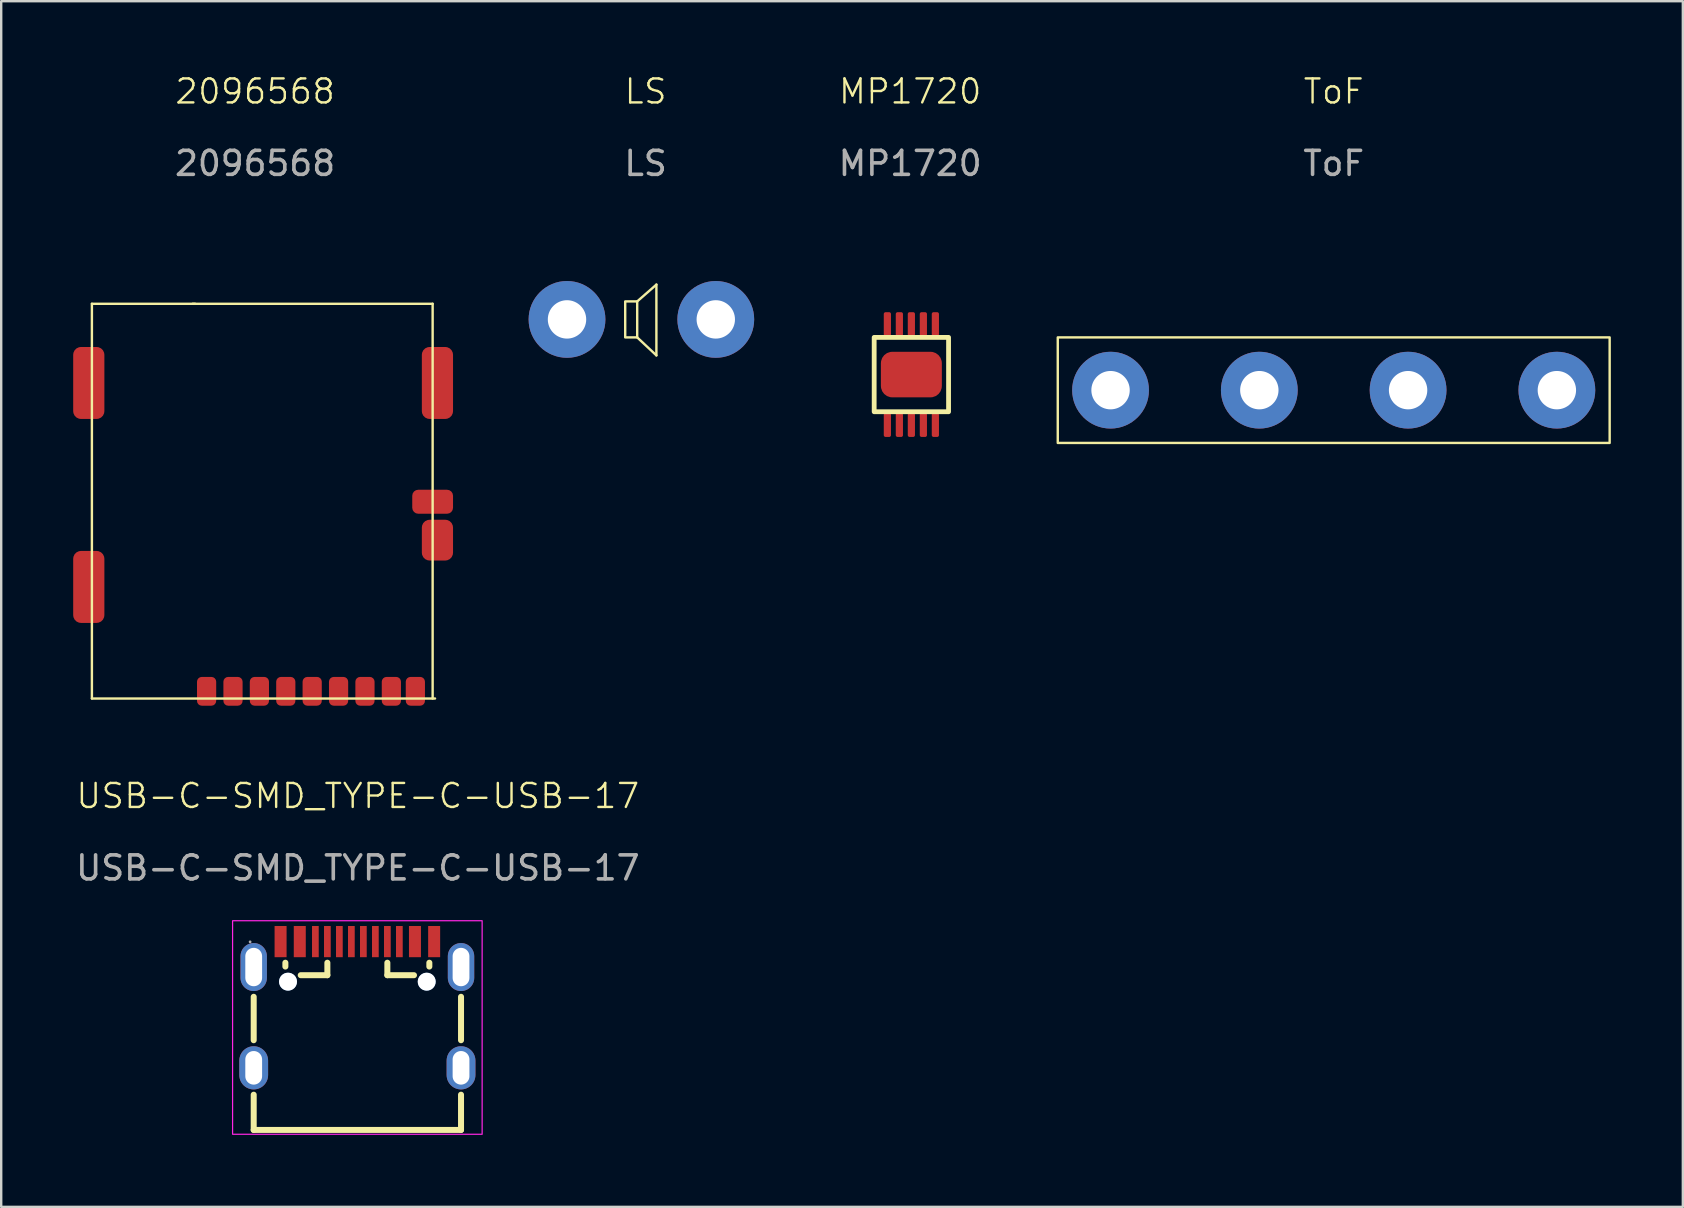
<source format=kicad_pcb>
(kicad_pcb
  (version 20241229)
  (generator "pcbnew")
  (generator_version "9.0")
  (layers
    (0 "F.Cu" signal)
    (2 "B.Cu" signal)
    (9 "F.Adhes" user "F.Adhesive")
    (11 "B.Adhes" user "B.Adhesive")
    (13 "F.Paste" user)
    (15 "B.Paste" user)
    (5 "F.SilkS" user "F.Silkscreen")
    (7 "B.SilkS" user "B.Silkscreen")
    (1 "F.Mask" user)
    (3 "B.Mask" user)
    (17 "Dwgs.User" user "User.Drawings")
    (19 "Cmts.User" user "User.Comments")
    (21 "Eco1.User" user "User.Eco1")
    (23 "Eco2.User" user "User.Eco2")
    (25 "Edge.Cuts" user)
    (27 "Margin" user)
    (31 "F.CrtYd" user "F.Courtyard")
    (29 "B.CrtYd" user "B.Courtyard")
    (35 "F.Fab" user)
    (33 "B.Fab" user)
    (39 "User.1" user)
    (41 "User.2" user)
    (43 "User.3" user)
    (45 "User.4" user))
  (footprint "USB-C-SMD_TYPE-C-USB-17"
    (layer "F.Cu")
    (at 11.863 40.471)
    (property "Reference" "USB-C-SMD_TYPE-C-USB-17" (at 0 -10.35 0) (unlocked yes) (layer "F.SilkS") (effects (font (size 1 1) (thickness 0.1))))
    (attr smd)
    (fp_line (start -4.34 -0.17) (end -4.34 -1.98) (stroke (width 0.25) (type solid)) (layer "F.SilkS"))
    (fp_line (start -4.34 3.57) (end -4.34 2.1) (stroke (width 0.25) (type solid)) (layer "F.SilkS"))
    (fp_line (start -3.02 -3.24) (end -3.02 -3.4) (stroke (width 0.25) (type solid)) (layer "F.SilkS"))
    (fp_line (start -2.38 -2.88) (end -1.27 -2.88) (stroke (width 0.25) (type solid)) (layer "F.SilkS"))
    (fp_line (start -1.27 -2.88) (end -1.27 -3.4) (stroke (width 0.25) (type solid)) (layer "F.SilkS"))
    (fp_line (start 1.23 -2.88) (end 1.23 -3.4) (stroke (width 0.25) (type solid)) (layer "F.SilkS"))
    (fp_line (start 1.23 -2.88) (end 2.34 -2.88) (stroke (width 0.25) (type solid)) (layer "F.SilkS"))
    (fp_line (start 2.98 -3.24) (end 2.98 -3.4) (stroke (width 0.25) (type solid)) (layer "F.SilkS"))
    (fp_line (start 4.3 -0.17) (end 4.3 -1.98) (stroke (width 0.25) (type solid)) (layer "F.SilkS"))
    (fp_line (start 4.3 3.57) (end -4.34 3.57) (stroke (width 0.25) (type solid)) (layer "F.SilkS"))
    (fp_line (start 4.3 3.57) (end 4.3 2.1) (stroke (width 0.25) (type solid)) (layer "F.SilkS"))
    (fp_circle (center -2.91 -2.61) (end -2.79 -2.61) (stroke (width 0.25) (type solid)) (fill no) (layer "Cmts.User"))
    (fp_circle (center 2.87 -2.61) (end 2.99 -2.61) (stroke (width 0.25) (type solid)) (fill no) (layer "Cmts.User"))
    (fp_rect (start -5.22 -5.15) (end 5.18 3.75) (stroke (width 0.05) (type default)) (fill no) (layer "F.CrtYd"))
    (fp_circle (center -4.49 -4.27) (end -4.46 -4.27) (stroke (width 0.06) (type solid)) (fill no) (layer "F.Fab"))
    (fp_text user "${REFERENCE}" (at 0 -7.35 0) (unlocked yes) (layer "F.Fab") (effects (font (size 1 1) (thickness 0.15))))
    (pad "" np_thru_hole circle (at -2.91 -2.61) (size 0.75 0.75) (drill 0.75) (layers "*.Cu" "*.Mask"))
    (pad "" np_thru_hole circle (at 2.87 -2.61) (size 0.75 0.75) (drill 0.75) (layers "*.Cu" "*.Mask"))
    (pad "0" thru_hole oval (at -4.34 -3.22) (size 1.1 2) (drill oval 0.7 1.6) (layers "*.Cu" "*.Mask"))
    (pad "0" thru_hole oval (at -4.34 0.98) (size 1.2 1.8) (drill oval 0.7 1.4) (layers "*.Cu" "*.Mask"))
    (pad "0" thru_hole oval (at 4.3 -3.22) (size 1.1 2) (drill oval 0.7 1.6) (layers "*.Cu" "*.Mask"))
    (pad "0" thru_hole oval (at 4.3 0.98) (size 1.2 1.8) (drill oval 0.7 1.4) (layers "*.Cu" "*.Mask"))
    (pad "A1" smd rect (at -3.22 -4.28) (size 0.5 1.3) (layers "F.Cu" "F.Mask" "F.Paste"))
    (pad "A4" smd rect (at -2.42 -4.28) (size 0.5 1.3) (layers "F.Cu" "F.Mask" "F.Paste"))
    (pad "A5" smd rect (at -1.27 -4.28) (size 0.28 1.3) (layers "F.Cu" "F.Mask" "F.Paste"))
    (pad "A6" smd rect (at -0.27 -4.28) (size 0.28 1.3) (layers "F.Cu" "F.Mask" "F.Paste"))
    (pad "A7" smd rect (at 0.23 -4.28) (size 0.28 1.3) (layers "F.Cu" "F.Mask" "F.Paste"))
    (pad "A8" smd rect (at 1.23 -4.28) (size 0.28 1.3) (layers "F.Cu" "F.Mask" "F.Paste"))
    (pad "A9" smd rect (at 2.38 -4.28) (size 0.5 1.3) (layers "F.Cu" "F.Mask" "F.Paste"))
    (pad "A12" smd rect (at 3.18 -4.28) (size 0.5 1.3) (layers "F.Cu" "F.Mask" "F.Paste"))
    (pad "B5" smd rect (at 1.73 -4.28) (size 0.28 1.3) (layers "F.Cu" "F.Mask" "F.Paste"))
    (pad "B6" smd rect (at 0.73 -4.28) (size 0.28 1.3) (layers "F.Cu" "F.Mask" "F.Paste"))
    (pad "B7" smd rect (at -0.77 -4.28) (size 0.28 1.3) (layers "F.Cu" "F.Mask" "F.Paste"))
    (pad "B8" smd rect (at -1.77 -4.28) (size 0.28 1.3) (layers "F.Cu" "F.Mask" "F.Paste")))
  (footprint "2096568"
    (layer "F.Cu")
    (at 9.43 20.36)
    (property "Reference" "2096568" (at -1.85 -19.6 0) (unlocked yes) (layer "F.SilkS") (effects (font (size 1 1) (thickness 0.1))))
    (attr smd)
    (fp_line (start -8.65 -10.75) (end -4.35 -10.75) (stroke (width 0.1) (type default)) (layer "F.SilkS"))
    (fp_line (start -8.65 5.7) (end -8.65 -10.75) (stroke (width 0.1) (type default)) (layer "F.SilkS"))
    (fp_line (start -4.45 -10.75) (end 5.55 -10.75) (stroke (width 0.1) (type default)) (layer "F.SilkS"))
    (fp_line (start 5.55 -10.75) (end 5.55 5.7) (stroke (width 0.1) (type default)) (layer "F.SilkS"))
    (fp_line (start 5.65 5.7) (end -8.65 5.7) (stroke (width 0.1) (type default)) (layer "F.SilkS"))
    (fp_text user "${REFERENCE}" (at -1.85 -16.6 0) (unlocked yes) (layer "F.Fab") (effects (font (size 1 1) (thickness 0.15))))
    (pad "CD/Dat3" smd roundrect (at -2.77 5.4) (size 0.8 1.2) (layers "F.Cu" "F.Mask" "F.Paste") (roundrect_rratio 0.25))
    (pad "CLK" smd roundrect (at 0.53 5.4) (size 0.8 1.2) (layers "F.Cu" "F.Mask" "F.Paste") (roundrect_rratio 0.25))
    (pad "CMD" smd roundrect (at -1.67 5.4) (size 0.8 1.2) (layers "F.Cu" "F.Mask" "F.Paste") (roundrect_rratio 0.25))
    (pad "DAT0" smd roundrect (at 2.73 5.4) (size 0.8 1.2) (layers "F.Cu" "F.Mask" "F.Paste") (roundrect_rratio 0.25))
    (pad "DAT1" smd roundrect (at 3.83 5.4) (size 0.8 1.2) (layers "F.Cu" "F.Mask" "F.Paste") (roundrect_rratio 0.25))
    (pad "DAT2" smd roundrect (at -3.87 5.4) (size 0.8 1.2) (layers "F.Cu" "F.Mask" "F.Paste") (roundrect_rratio 0.25))
    (pad "NC" smd roundrect (at -8.78 -7.45) (size 1.3 3) (layers "F.Cu" "F.Mask" "F.Paste") (roundrect_rratio 0.25))
    (pad "NC" smd roundrect (at -8.78 1.05) (size 1.3 3) (layers "F.Cu" "F.Mask" "F.Paste") (roundrect_rratio 0.25))
    (pad "NC" smd roundrect (at 4.83 5.4) (size 0.8 1.2) (layers "F.Cu" "F.Mask" "F.Paste") (roundrect_rratio 0.25))
    (pad "NC" smd roundrect (at 5.55 -2.5) (size 1.7 1) (layers "F.Cu" "F.Mask" "F.Paste") (roundrect_rratio 0.25))
    (pad "NC" smd roundrect (at 5.75 -7.45) (size 1.3 3) (layers "F.Cu" "F.Mask" "F.Paste") (roundrect_rratio 0.25))
    (pad "NC" smd roundrect (at 5.75 -0.9) (size 1.3 1.7) (layers "F.Cu" "F.Mask" "F.Paste") (roundrect_rratio 0.25))
    (pad "VDD" smd roundrect (at -0.57 5.4) (size 0.8 1.2) (layers "F.Cu" "F.Mask" "F.Paste") (roundrect_rratio 0.25))
    (pad "VSS" smd roundrect (at 1.63 5.4) (size 0.8 1.2) (layers "F.Cu" "F.Mask" "F.Paste") (roundrect_rratio 0.25))
    (zone (net_name "") (layer "F.Cu") (hatch edge 0.5) (connect_pads) (min_thickness 0.25) (filled_areas_thickness no) (keepout (tracks not_allowed) (vias not_allowed) (pads not_allowed) (copperpour not_allowed) (footprints not_allowed)) (placement (enabled no)) (fill) (polygon (pts (xy 4.98 19.11) (xy 13.88 19.11) (xy 13.88 21.61) (xy 4.93 21.61)))))
  (footprint "LS"
    (layer "F.Cu")
    (at 23.855 10.261)
    (property "Reference" "LS" (at 0 -9.5 0) (unlocked yes) (layer "F.SilkS") (effects (font (size 1 1) (thickness 0.1))))
    (attr smd)
    (fp_line (start -0.35 -0.75) (end 0.45 -1.45) (stroke (width 0.1) (type default)) (layer "F.SilkS"))
    (fp_line (start 0.45 -1.45) (end 0.45 1.5) (stroke (width 0.1) (type default)) (layer "F.SilkS"))
    (fp_line (start 0.45 1.5) (end -0.35 0.75) (stroke (width 0.1) (type default)) (layer "F.SilkS"))
    (fp_rect (start -0.85 -0.75) (end -0.35 0.75) (stroke (width 0.1) (type default)) (fill no) (layer "F.SilkS"))
    (fp_line (start -4.975 -1.7) (end -4.975 1.7) (stroke (width 0.1) (type default)) (layer "User.5"))
    (fp_line (start -4.975 1.7) (end 4.625 1.7) (stroke (width 0.1) (type default)) (layer "User.5"))
    (fp_line (start 4.625 -1.7) (end -4.975 -1.7) (stroke (width 0.1) (type default)) (layer "User.5"))
    (fp_line (start 4.625 1.7) (end 4.625 -1.7) (stroke (width 0.1) (type default)) (layer "User.5"))
    (fp_text user "${REFERENCE}" (at 0 -6.5 0) (unlocked yes) (layer "F.Fab") (effects (font (size 1 1) (thickness 0.15))))
    (fp_text user "LS+" (at -4.925 -2.2 0) (unlocked yes) (layer "User.1") (effects (font (size 1 1) (thickness 0.1)) (justify left bottom)))
    (fp_text user "LS-" (at 1.825 -2.15 0) (unlocked yes) (layer "User.1") (effects (font (size 1 1) (thickness 0.1)) (justify left bottom)))
    (pad "1" thru_hole circle (at -3.275 0) (size 3.2 3.2) (drill 1.6) (layers "*.Cu" "*.Mask"))
    (pad "2" thru_hole circle (at 2.925 0) (size 3.2 3.2) (drill 1.6) (layers "*.Cu" "*.Mask")))
  (footprint "MP1720"
    (layer "F.Cu")
    (at 34.931 12.56)
    (property "Reference" "MP1720" (at -0.05 -11.8 0) (unlocked yes) (layer "F.SilkS") (effects (font (size 1 1) (thickness 0.1))))
    (attr smd)
    (fp_rect (start -1.55 -1.55) (end 1.55 1.55) (stroke (width 0.2) (type default)) (fill no) (layer "F.SilkS"))
    (fp_text user "${REFERENCE}" (at -0.05 -8.8 0) (unlocked yes) (layer "F.Fab") (effects (font (size 1 1) (thickness 0.15))))
    (pad "1" smd roundrect (at 0 0) (size 2.54 1.9) (layers "F.Cu" "F.Mask" "F.Paste") (roundrect_rratio 0.25))
    (pad "2" smd roundrect (at -1 -2.1) (size 0.3 1) (layers "F.Cu" "F.Mask" "F.Paste") (roundrect_rratio 0.25))
    (pad "2" smd roundrect (at -1 2.1) (size 0.3 1) (layers "F.Cu" "F.Mask" "F.Paste") (roundrect_rratio 0.25))
    (pad "2" smd roundrect (at -0.5 -2.1) (size 0.3 1) (layers "F.Cu" "F.Mask" "F.Paste") (roundrect_rratio 0.25))
    (pad "2" smd roundrect (at -0.5 2.1) (size 0.3 1) (layers "F.Cu" "F.Mask" "F.Paste") (roundrect_rratio 0.25))
    (pad "2" smd roundrect (at 0 -2.1) (size 0.3 1) (layers "F.Cu" "F.Mask" "F.Paste") (roundrect_rratio 0.25))
    (pad "2" smd roundrect (at 0 2.1) (size 0.3 1) (layers "F.Cu" "F.Mask" "F.Paste") (roundrect_rratio 0.25))
    (pad "2" smd roundrect (at 0.5 -2.1) (size 0.3 1) (layers "F.Cu" "F.Mask" "F.Paste") (roundrect_rratio 0.25))
    (pad "2" smd roundrect (at 0.5 2.1) (size 0.3 1) (layers "F.Cu" "F.Mask" "F.Paste") (roundrect_rratio 0.25))
    (pad "2" smd roundrect (at 1 -2.1) (size 0.3 1) (layers "F.Cu" "F.Mask" "F.Paste") (roundrect_rratio 0.25))
    (pad "2" smd roundrect (at 1 2.1) (size 0.3 1) (layers "F.Cu" "F.Mask" "F.Paste") (roundrect_rratio 0.25)))
  (footprint "ToF"
    (layer "F.Cu")
    (at 52.532 13.21)
    (property "Reference" "ToF" (at 0 -12.45 0) (unlocked yes) (layer "F.SilkS") (effects (font (size 1 1) (thickness 0.1))))
    (attr smd)
    (fp_rect (start -11.5 -2.2) (end 11.5 2.2) (stroke (width 0.1) (type default)) (fill no) (layer "F.SilkS"))
    (fp_text user "${REFERENCE}" (at 0 -9.45 0) (unlocked yes) (layer "F.Fab") (effects (font (size 1 1) (thickness 0.15))))
    (pad "1" thru_hole circle (at -9.3 0) (size 3.2 3.2) (drill 1.6) (layers "*.Cu" "*.Mask"))
    (pad "2" thru_hole circle (at 9.3 0) (size 3.2 3.2) (drill 1.6) (layers "*.Cu" "*.Mask"))
    (pad "3" thru_hole circle (at -3.1 0) (size 3.2 3.2) (drill 1.6) (layers "*.Cu" "*.Mask"))
    (pad "4" thru_hole circle (at 3.1 0) (size 3.2 3.2) (drill 1.6) (layers "*.Cu" "*.Mask")))
  (gr_rect
    (start -3 -3)
    (end 67.082 47.246)
    (stroke (width 0.1) (type default))
    (fill no)
    (layer "Edge.Cuts")))
</source>
